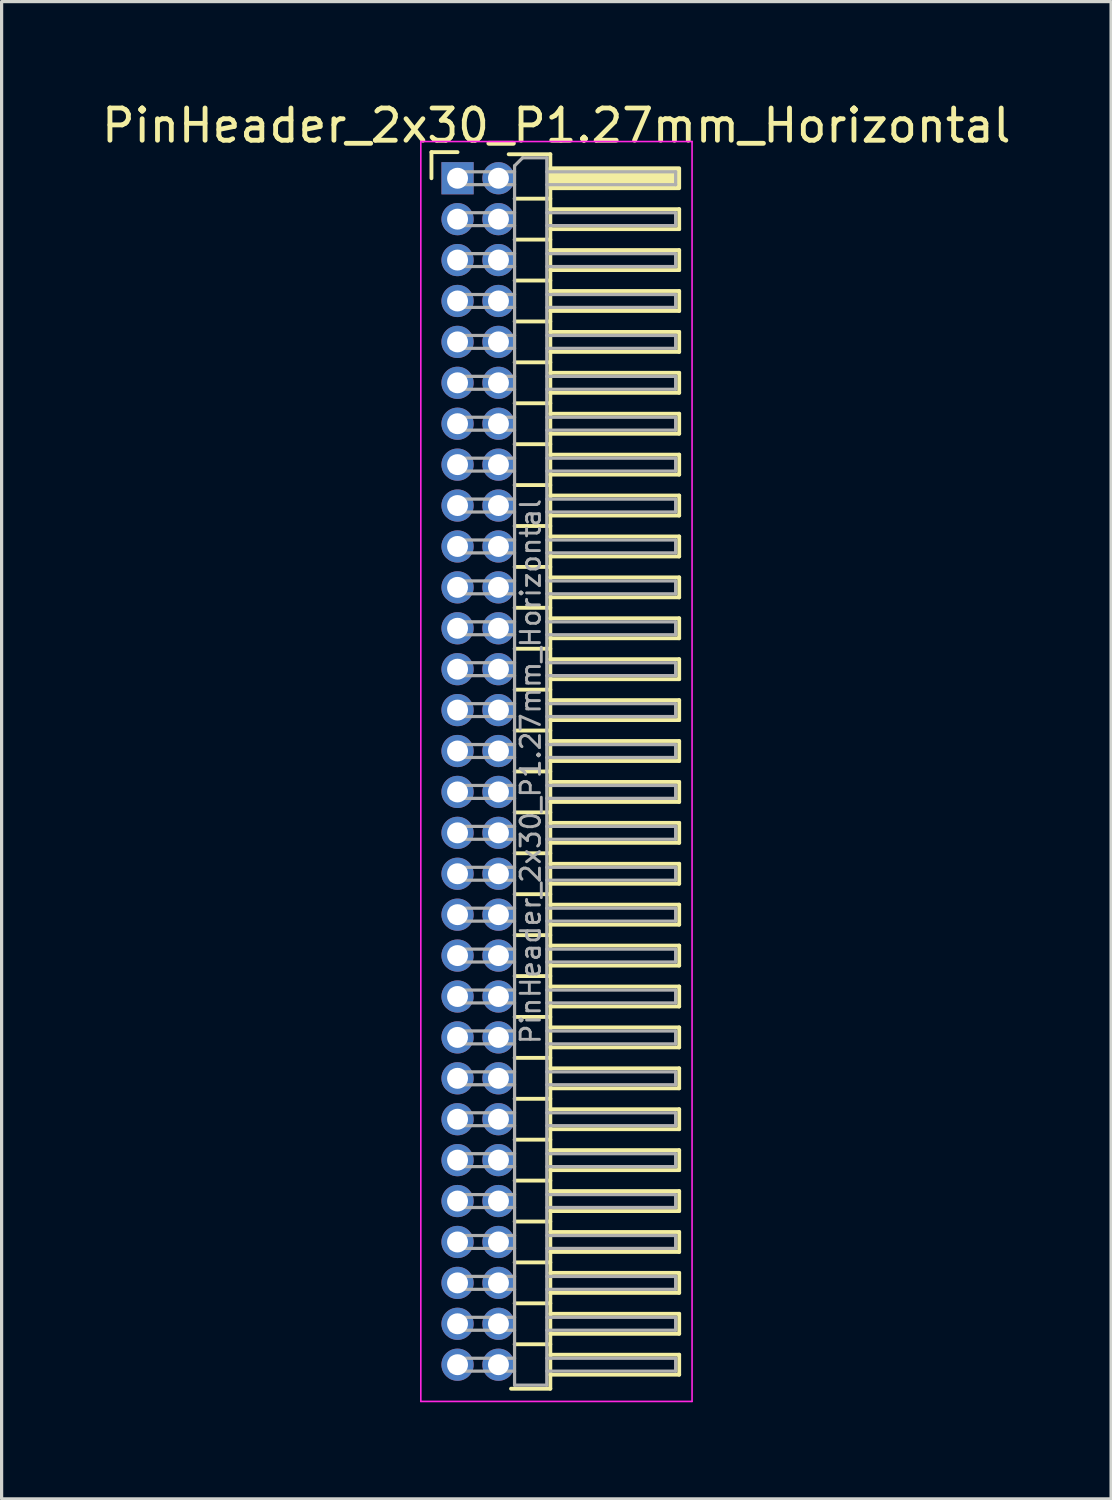
<source format=kicad_pcb>
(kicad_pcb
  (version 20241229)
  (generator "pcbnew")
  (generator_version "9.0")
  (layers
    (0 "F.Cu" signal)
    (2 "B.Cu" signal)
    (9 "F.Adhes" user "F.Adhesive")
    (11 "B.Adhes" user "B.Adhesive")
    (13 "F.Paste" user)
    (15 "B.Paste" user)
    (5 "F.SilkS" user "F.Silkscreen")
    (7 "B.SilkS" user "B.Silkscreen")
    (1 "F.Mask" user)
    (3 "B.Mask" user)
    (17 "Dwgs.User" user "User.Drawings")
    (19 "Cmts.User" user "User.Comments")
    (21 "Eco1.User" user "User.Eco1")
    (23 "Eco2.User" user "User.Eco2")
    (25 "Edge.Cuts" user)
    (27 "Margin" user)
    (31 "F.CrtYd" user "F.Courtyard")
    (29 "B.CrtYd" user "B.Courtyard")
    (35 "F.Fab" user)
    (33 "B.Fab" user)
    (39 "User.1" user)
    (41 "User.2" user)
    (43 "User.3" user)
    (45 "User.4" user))
  (footprint "PinHeader_2x30_P1.27mm_Horizontal"
    (layer "F.Cu")
    (at 11.153 2.483)
    (property "Reference" "PinHeader_2x30_P1.27mm_Horizontal" (at 3.067 -1.635 0) (layer "F.SilkS") (effects (font (size 1 1) (thickness 0.15))))
    (attr through_hole)
    (fp_line (start -0.81 -0.81) (end 0 -0.81) (stroke (width 0.12) (type solid)) (layer "F.SilkS"))
    (fp_line (start -0.81 0) (end -0.81 -0.81) (stroke (width 0.12) (type solid)) (layer "F.SilkS"))
    (fp_line (start 1.588 -0.745) (end 2.88 -0.745) (stroke (width 0.12) (type solid)) (layer "F.SilkS"))
    (fp_line (start 1.773 0.635) (end 2.88 0.635) (stroke (width 0.12) (type solid)) (layer "F.SilkS"))
    (fp_line (start 1.773 1.905) (end 2.88 1.905) (stroke (width 0.12) (type solid)) (layer "F.SilkS"))
    (fp_line (start 1.773 3.175) (end 2.88 3.175) (stroke (width 0.12) (type solid)) (layer "F.SilkS"))
    (fp_line (start 1.773 4.445) (end 2.88 4.445) (stroke (width 0.12) (type solid)) (layer "F.SilkS"))
    (fp_line (start 1.773 5.715) (end 2.88 5.715) (stroke (width 0.12) (type solid)) (layer "F.SilkS"))
    (fp_line (start 1.773 6.985) (end 2.88 6.985) (stroke (width 0.12) (type solid)) (layer "F.SilkS"))
    (fp_line (start 1.773 8.255) (end 2.88 8.255) (stroke (width 0.12) (type solid)) (layer "F.SilkS"))
    (fp_line (start 1.773 9.525) (end 2.88 9.525) (stroke (width 0.12) (type solid)) (layer "F.SilkS"))
    (fp_line (start 1.773 10.795) (end 2.88 10.795) (stroke (width 0.12) (type solid)) (layer "F.SilkS"))
    (fp_line (start 1.773 12.065) (end 2.88 12.065) (stroke (width 0.12) (type solid)) (layer "F.SilkS"))
    (fp_line (start 1.773 13.335) (end 2.88 13.335) (stroke (width 0.12) (type solid)) (layer "F.SilkS"))
    (fp_line (start 1.773 14.605) (end 2.88 14.605) (stroke (width 0.12) (type solid)) (layer "F.SilkS"))
    (fp_line (start 1.773 15.875) (end 2.88 15.875) (stroke (width 0.12) (type solid)) (layer "F.SilkS"))
    (fp_line (start 1.773 17.145) (end 2.88 17.145) (stroke (width 0.12) (type solid)) (layer "F.SilkS"))
    (fp_line (start 1.773 18.415) (end 2.88 18.415) (stroke (width 0.12) (type solid)) (layer "F.SilkS"))
    (fp_line (start 1.773 19.685) (end 2.88 19.685) (stroke (width 0.12) (type solid)) (layer "F.SilkS"))
    (fp_line (start 1.773 20.955) (end 2.88 20.955) (stroke (width 0.12) (type solid)) (layer "F.SilkS"))
    (fp_line (start 1.773 22.225) (end 2.88 22.225) (stroke (width 0.12) (type solid)) (layer "F.SilkS"))
    (fp_line (start 1.773 23.495) (end 2.88 23.495) (stroke (width 0.12) (type solid)) (layer "F.SilkS"))
    (fp_line (start 1.773 24.765) (end 2.88 24.765) (stroke (width 0.12) (type solid)) (layer "F.SilkS"))
    (fp_line (start 1.773 26.035) (end 2.88 26.035) (stroke (width 0.12) (type solid)) (layer "F.SilkS"))
    (fp_line (start 1.773 27.305) (end 2.88 27.305) (stroke (width 0.12) (type solid)) (layer "F.SilkS"))
    (fp_line (start 1.773 28.575) (end 2.88 28.575) (stroke (width 0.12) (type solid)) (layer "F.SilkS"))
    (fp_line (start 1.773 29.845) (end 2.88 29.845) (stroke (width 0.12) (type solid)) (layer "F.SilkS"))
    (fp_line (start 1.773 31.115) (end 2.88 31.115) (stroke (width 0.12) (type solid)) (layer "F.SilkS"))
    (fp_line (start 1.773 32.385) (end 2.88 32.385) (stroke (width 0.12) (type solid)) (layer "F.SilkS"))
    (fp_line (start 1.773 33.655) (end 2.88 33.655) (stroke (width 0.12) (type solid)) (layer "F.SilkS"))
    (fp_line (start 1.773 34.925) (end 2.88 34.925) (stroke (width 0.12) (type solid)) (layer "F.SilkS"))
    (fp_line (start 1.773 36.195) (end 2.88 36.195) (stroke (width 0.12) (type solid)) (layer "F.SilkS"))
    (fp_line (start 2.88 -0.745) (end 2.88 37.575) (stroke (width 0.12) (type solid)) (layer "F.SilkS"))
    (fp_line (start 2.88 0.96) (end 6.88 0.96) (stroke (width 0.12) (type solid)) (layer "F.SilkS"))
    (fp_line (start 2.88 2.23) (end 6.88 2.23) (stroke (width 0.12) (type solid)) (layer "F.SilkS"))
    (fp_line (start 2.88 3.5) (end 6.88 3.5) (stroke (width 0.12) (type solid)) (layer "F.SilkS"))
    (fp_line (start 2.88 4.77) (end 6.88 4.77) (stroke (width 0.12) (type solid)) (layer "F.SilkS"))
    (fp_line (start 2.88 6.04) (end 6.88 6.04) (stroke (width 0.12) (type solid)) (layer "F.SilkS"))
    (fp_line (start 2.88 7.31) (end 6.88 7.31) (stroke (width 0.12) (type solid)) (layer "F.SilkS"))
    (fp_line (start 2.88 8.58) (end 6.88 8.58) (stroke (width 0.12) (type solid)) (layer "F.SilkS"))
    (fp_line (start 2.88 9.85) (end 6.88 9.85) (stroke (width 0.12) (type solid)) (layer "F.SilkS"))
    (fp_line (start 2.88 11.12) (end 6.88 11.12) (stroke (width 0.12) (type solid)) (layer "F.SilkS"))
    (fp_line (start 2.88 12.39) (end 6.88 12.39) (stroke (width 0.12) (type solid)) (layer "F.SilkS"))
    (fp_line (start 2.88 13.66) (end 6.88 13.66) (stroke (width 0.12) (type solid)) (layer "F.SilkS"))
    (fp_line (start 2.88 14.93) (end 6.88 14.93) (stroke (width 0.12) (type solid)) (layer "F.SilkS"))
    (fp_line (start 2.88 16.2) (end 6.88 16.2) (stroke (width 0.12) (type solid)) (layer "F.SilkS"))
    (fp_line (start 2.88 17.47) (end 6.88 17.47) (stroke (width 0.12) (type solid)) (layer "F.SilkS"))
    (fp_line (start 2.88 18.74) (end 6.88 18.74) (stroke (width 0.12) (type solid)) (layer "F.SilkS"))
    (fp_line (start 2.88 20.01) (end 6.88 20.01) (stroke (width 0.12) (type solid)) (layer "F.SilkS"))
    (fp_line (start 2.88 21.28) (end 6.88 21.28) (stroke (width 0.12) (type solid)) (layer "F.SilkS"))
    (fp_line (start 2.88 22.55) (end 6.88 22.55) (stroke (width 0.12) (type solid)) (layer "F.SilkS"))
    (fp_line (start 2.88 23.82) (end 6.88 23.82) (stroke (width 0.12) (type solid)) (layer "F.SilkS"))
    (fp_line (start 2.88 25.09) (end 6.88 25.09) (stroke (width 0.12) (type solid)) (layer "F.SilkS"))
    (fp_line (start 2.88 26.36) (end 6.88 26.36) (stroke (width 0.12) (type solid)) (layer "F.SilkS"))
    (fp_line (start 2.88 27.63) (end 6.88 27.63) (stroke (width 0.12) (type solid)) (layer "F.SilkS"))
    (fp_line (start 2.88 28.9) (end 6.88 28.9) (stroke (width 0.12) (type solid)) (layer "F.SilkS"))
    (fp_line (start 2.88 30.17) (end 6.88 30.17) (stroke (width 0.12) (type solid)) (layer "F.SilkS"))
    (fp_line (start 2.88 31.44) (end 6.88 31.44) (stroke (width 0.12) (type solid)) (layer "F.SilkS"))
    (fp_line (start 2.88 32.71) (end 6.88 32.71) (stroke (width 0.12) (type solid)) (layer "F.SilkS"))
    (fp_line (start 2.88 33.98) (end 6.88 33.98) (stroke (width 0.12) (type solid)) (layer "F.SilkS"))
    (fp_line (start 2.88 35.25) (end 6.88 35.25) (stroke (width 0.12) (type solid)) (layer "F.SilkS"))
    (fp_line (start 2.88 36.52) (end 6.88 36.52) (stroke (width 0.12) (type solid)) (layer "F.SilkS"))
    (fp_line (start 2.88 37.575) (end 1.66 37.575) (stroke (width 0.12) (type solid)) (layer "F.SilkS"))
    (fp_line (start 6.88 0.96) (end 6.88 1.58) (stroke (width 0.12) (type solid)) (layer "F.SilkS"))
    (fp_line (start 6.88 1.58) (end 2.88 1.58) (stroke (width 0.12) (type solid)) (layer "F.SilkS"))
    (fp_line (start 6.88 2.23) (end 6.88 2.85) (stroke (width 0.12) (type solid)) (layer "F.SilkS"))
    (fp_line (start 6.88 2.85) (end 2.88 2.85) (stroke (width 0.12) (type solid)) (layer "F.SilkS"))
    (fp_line (start 6.88 3.5) (end 6.88 4.12) (stroke (width 0.12) (type solid)) (layer "F.SilkS"))
    (fp_line (start 6.88 4.12) (end 2.88 4.12) (stroke (width 0.12) (type solid)) (layer "F.SilkS"))
    (fp_line (start 6.88 4.77) (end 6.88 5.39) (stroke (width 0.12) (type solid)) (layer "F.SilkS"))
    (fp_line (start 6.88 5.39) (end 2.88 5.39) (stroke (width 0.12) (type solid)) (layer "F.SilkS"))
    (fp_line (start 6.88 6.04) (end 6.88 6.66) (stroke (width 0.12) (type solid)) (layer "F.SilkS"))
    (fp_line (start 6.88 6.66) (end 2.88 6.66) (stroke (width 0.12) (type solid)) (layer "F.SilkS"))
    (fp_line (start 6.88 7.31) (end 6.88 7.93) (stroke (width 0.12) (type solid)) (layer "F.SilkS"))
    (fp_line (start 6.88 7.93) (end 2.88 7.93) (stroke (width 0.12) (type solid)) (layer "F.SilkS"))
    (fp_line (start 6.88 8.58) (end 6.88 9.2) (stroke (width 0.12) (type solid)) (layer "F.SilkS"))
    (fp_line (start 6.88 9.2) (end 2.88 9.2) (stroke (width 0.12) (type solid)) (layer "F.SilkS"))
    (fp_line (start 6.88 9.85) (end 6.88 10.47) (stroke (width 0.12) (type solid)) (layer "F.SilkS"))
    (fp_line (start 6.88 10.47) (end 2.88 10.47) (stroke (width 0.12) (type solid)) (layer "F.SilkS"))
    (fp_line (start 6.88 11.12) (end 6.88 11.74) (stroke (width 0.12) (type solid)) (layer "F.SilkS"))
    (fp_line (start 6.88 11.74) (end 2.88 11.74) (stroke (width 0.12) (type solid)) (layer "F.SilkS"))
    (fp_line (start 6.88 12.39) (end 6.88 13.01) (stroke (width 0.12) (type solid)) (layer "F.SilkS"))
    (fp_line (start 6.88 13.01) (end 2.88 13.01) (stroke (width 0.12) (type solid)) (layer "F.SilkS"))
    (fp_line (start 6.88 13.66) (end 6.88 14.28) (stroke (width 0.12) (type solid)) (layer "F.SilkS"))
    (fp_line (start 6.88 14.28) (end 2.88 14.28) (stroke (width 0.12) (type solid)) (layer "F.SilkS"))
    (fp_line (start 6.88 14.93) (end 6.88 15.55) (stroke (width 0.12) (type solid)) (layer "F.SilkS"))
    (fp_line (start 6.88 15.55) (end 2.88 15.55) (stroke (width 0.12) (type solid)) (layer "F.SilkS"))
    (fp_line (start 6.88 16.2) (end 6.88 16.82) (stroke (width 0.12) (type solid)) (layer "F.SilkS"))
    (fp_line (start 6.88 16.82) (end 2.88 16.82) (stroke (width 0.12) (type solid)) (layer "F.SilkS"))
    (fp_line (start 6.88 17.47) (end 6.88 18.09) (stroke (width 0.12) (type solid)) (layer "F.SilkS"))
    (fp_line (start 6.88 18.09) (end 2.88 18.09) (stroke (width 0.12) (type solid)) (layer "F.SilkS"))
    (fp_line (start 6.88 18.74) (end 6.88 19.36) (stroke (width 0.12) (type solid)) (layer "F.SilkS"))
    (fp_line (start 6.88 19.36) (end 2.88 19.36) (stroke (width 0.12) (type solid)) (layer "F.SilkS"))
    (fp_line (start 6.88 20.01) (end 6.88 20.63) (stroke (width 0.12) (type solid)) (layer "F.SilkS"))
    (fp_line (start 6.88 20.63) (end 2.88 20.63) (stroke (width 0.12) (type solid)) (layer "F.SilkS"))
    (fp_line (start 6.88 21.28) (end 6.88 21.9) (stroke (width 0.12) (type solid)) (layer "F.SilkS"))
    (fp_line (start 6.88 21.9) (end 2.88 21.9) (stroke (width 0.12) (type solid)) (layer "F.SilkS"))
    (fp_line (start 6.88 22.55) (end 6.88 23.17) (stroke (width 0.12) (type solid)) (layer "F.SilkS"))
    (fp_line (start 6.88 23.17) (end 2.88 23.17) (stroke (width 0.12) (type solid)) (layer "F.SilkS"))
    (fp_line (start 6.88 23.82) (end 6.88 24.44) (stroke (width 0.12) (type solid)) (layer "F.SilkS"))
    (fp_line (start 6.88 24.44) (end 2.88 24.44) (stroke (width 0.12) (type solid)) (layer "F.SilkS"))
    (fp_line (start 6.88 25.09) (end 6.88 25.71) (stroke (width 0.12) (type solid)) (layer "F.SilkS"))
    (fp_line (start 6.88 25.71) (end 2.88 25.71) (stroke (width 0.12) (type solid)) (layer "F.SilkS"))
    (fp_line (start 6.88 26.36) (end 6.88 26.98) (stroke (width 0.12) (type solid)) (layer "F.SilkS"))
    (fp_line (start 6.88 26.98) (end 2.88 26.98) (stroke (width 0.12) (type solid)) (layer "F.SilkS"))
    (fp_line (start 6.88 27.63) (end 6.88 28.25) (stroke (width 0.12) (type solid)) (layer "F.SilkS"))
    (fp_line (start 6.88 28.25) (end 2.88 28.25) (stroke (width 0.12) (type solid)) (layer "F.SilkS"))
    (fp_line (start 6.88 28.9) (end 6.88 29.52) (stroke (width 0.12) (type solid)) (layer "F.SilkS"))
    (fp_line (start 6.88 29.52) (end 2.88 29.52) (stroke (width 0.12) (type solid)) (layer "F.SilkS"))
    (fp_line (start 6.88 30.17) (end 6.88 30.79) (stroke (width 0.12) (type solid)) (layer "F.SilkS"))
    (fp_line (start 6.88 30.79) (end 2.88 30.79) (stroke (width 0.12) (type solid)) (layer "F.SilkS"))
    (fp_line (start 6.88 31.44) (end 6.88 32.06) (stroke (width 0.12) (type solid)) (layer "F.SilkS"))
    (fp_line (start 6.88 32.06) (end 2.88 32.06) (stroke (width 0.12) (type solid)) (layer "F.SilkS"))
    (fp_line (start 6.88 32.71) (end 6.88 33.33) (stroke (width 0.12) (type solid)) (layer "F.SilkS"))
    (fp_line (start 6.88 33.33) (end 2.88 33.33) (stroke (width 0.12) (type solid)) (layer "F.SilkS"))
    (fp_line (start 6.88 33.98) (end 6.88 34.6) (stroke (width 0.12) (type solid)) (layer "F.SilkS"))
    (fp_line (start 6.88 34.6) (end 2.88 34.6) (stroke (width 0.12) (type solid)) (layer "F.SilkS"))
    (fp_line (start 6.88 35.25) (end 6.88 35.87) (stroke (width 0.12) (type solid)) (layer "F.SilkS"))
    (fp_line (start 6.88 35.87) (end 2.88 35.87) (stroke (width 0.12) (type solid)) (layer "F.SilkS"))
    (fp_line (start 6.88 36.52) (end 6.88 37.14) (stroke (width 0.12) (type solid)) (layer "F.SilkS"))
    (fp_line (start 6.88 37.14) (end 2.88 37.14) (stroke (width 0.12) (type solid)) (layer "F.SilkS"))
    (fp_rect (start 2.88 -0.31) (end 6.88 0.31) (stroke (width 0.12) (type solid)) (fill yes) (layer "F.SilkS"))
    (fp_line (start -1.14 -1.14) (end -1.14 37.97) (stroke (width 0.05) (type solid)) (layer "F.CrtYd"))
    (fp_line (start -1.14 37.97) (end 7.28 37.97) (stroke (width 0.05) (type solid)) (layer "F.CrtYd"))
    (fp_line (start 7.28 -1.14) (end -1.14 -1.14) (stroke (width 0.05) (type solid)) (layer "F.CrtYd"))
    (fp_line (start 7.28 37.97) (end 7.28 -1.14) (stroke (width 0.05) (type solid)) (layer "F.CrtYd"))
    (fp_line (start -0.2 -0.2) (end -0.2 0.2) (stroke (width 0.1) (type solid)) (layer "F.Fab"))
    (fp_line (start -0.2 -0.2) (end 1.77 -0.2) (stroke (width 0.1) (type solid)) (layer "F.Fab"))
    (fp_line (start -0.2 0.2) (end 1.77 0.2) (stroke (width 0.1) (type solid)) (layer "F.Fab"))
    (fp_line (start -0.2 1.07) (end -0.2 1.47) (stroke (width 0.1) (type solid)) (layer "F.Fab"))
    (fp_line (start -0.2 1.07) (end 1.77 1.07) (stroke (width 0.1) (type solid)) (layer "F.Fab"))
    (fp_line (start -0.2 1.47) (end 1.77 1.47) (stroke (width 0.1) (type solid)) (layer "F.Fab"))
    (fp_line (start -0.2 2.34) (end -0.2 2.74) (stroke (width 0.1) (type solid)) (layer "F.Fab"))
    (fp_line (start -0.2 2.34) (end 1.77 2.34) (stroke (width 0.1) (type solid)) (layer "F.Fab"))
    (fp_line (start -0.2 2.74) (end 1.77 2.74) (stroke (width 0.1) (type solid)) (layer "F.Fab"))
    (fp_line (start -0.2 3.61) (end -0.2 4.01) (stroke (width 0.1) (type solid)) (layer "F.Fab"))
    (fp_line (start -0.2 3.61) (end 1.77 3.61) (stroke (width 0.1) (type solid)) (layer "F.Fab"))
    (fp_line (start -0.2 4.01) (end 1.77 4.01) (stroke (width 0.1) (type solid)) (layer "F.Fab"))
    (fp_line (start -0.2 4.88) (end -0.2 5.28) (stroke (width 0.1) (type solid)) (layer "F.Fab"))
    (fp_line (start -0.2 4.88) (end 1.77 4.88) (stroke (width 0.1) (type solid)) (layer "F.Fab"))
    (fp_line (start -0.2 5.28) (end 1.77 5.28) (stroke (width 0.1) (type solid)) (layer "F.Fab"))
    (fp_line (start -0.2 6.15) (end -0.2 6.55) (stroke (width 0.1) (type solid)) (layer "F.Fab"))
    (fp_line (start -0.2 6.15) (end 1.77 6.15) (stroke (width 0.1) (type solid)) (layer "F.Fab"))
    (fp_line (start -0.2 6.55) (end 1.77 6.55) (stroke (width 0.1) (type solid)) (layer "F.Fab"))
    (fp_line (start -0.2 7.42) (end -0.2 7.82) (stroke (width 0.1) (type solid)) (layer "F.Fab"))
    (fp_line (start -0.2 7.42) (end 1.77 7.42) (stroke (width 0.1) (type solid)) (layer "F.Fab"))
    (fp_line (start -0.2 7.82) (end 1.77 7.82) (stroke (width 0.1) (type solid)) (layer "F.Fab"))
    (fp_line (start -0.2 8.69) (end -0.2 9.09) (stroke (width 0.1) (type solid)) (layer "F.Fab"))
    (fp_line (start -0.2 8.69) (end 1.77 8.69) (stroke (width 0.1) (type solid)) (layer "F.Fab"))
    (fp_line (start -0.2 9.09) (end 1.77 9.09) (stroke (width 0.1) (type solid)) (layer "F.Fab"))
    (fp_line (start -0.2 9.96) (end -0.2 10.36) (stroke (width 0.1) (type solid)) (layer "F.Fab"))
    (fp_line (start -0.2 9.96) (end 1.77 9.96) (stroke (width 0.1) (type solid)) (layer "F.Fab"))
    (fp_line (start -0.2 10.36) (end 1.77 10.36) (stroke (width 0.1) (type solid)) (layer "F.Fab"))
    (fp_line (start -0.2 11.23) (end -0.2 11.63) (stroke (width 0.1) (type solid)) (layer "F.Fab"))
    (fp_line (start -0.2 11.23) (end 1.77 11.23) (stroke (width 0.1) (type solid)) (layer "F.Fab"))
    (fp_line (start -0.2 11.63) (end 1.77 11.63) (stroke (width 0.1) (type solid)) (layer "F.Fab"))
    (fp_line (start -0.2 12.5) (end -0.2 12.9) (stroke (width 0.1) (type solid)) (layer "F.Fab"))
    (fp_line (start -0.2 12.5) (end 1.77 12.5) (stroke (width 0.1) (type solid)) (layer "F.Fab"))
    (fp_line (start -0.2 12.9) (end 1.77 12.9) (stroke (width 0.1) (type solid)) (layer "F.Fab"))
    (fp_line (start -0.2 13.77) (end -0.2 14.17) (stroke (width 0.1) (type solid)) (layer "F.Fab"))
    (fp_line (start -0.2 13.77) (end 1.77 13.77) (stroke (width 0.1) (type solid)) (layer "F.Fab"))
    (fp_line (start -0.2 14.17) (end 1.77 14.17) (stroke (width 0.1) (type solid)) (layer "F.Fab"))
    (fp_line (start -0.2 15.04) (end -0.2 15.44) (stroke (width 0.1) (type solid)) (layer "F.Fab"))
    (fp_line (start -0.2 15.04) (end 1.77 15.04) (stroke (width 0.1) (type solid)) (layer "F.Fab"))
    (fp_line (start -0.2 15.44) (end 1.77 15.44) (stroke (width 0.1) (type solid)) (layer "F.Fab"))
    (fp_line (start -0.2 16.31) (end -0.2 16.71) (stroke (width 0.1) (type solid)) (layer "F.Fab"))
    (fp_line (start -0.2 16.31) (end 1.77 16.31) (stroke (width 0.1) (type solid)) (layer "F.Fab"))
    (fp_line (start -0.2 16.71) (end 1.77 16.71) (stroke (width 0.1) (type solid)) (layer "F.Fab"))
    (fp_line (start -0.2 17.58) (end -0.2 17.98) (stroke (width 0.1) (type solid)) (layer "F.Fab"))
    (fp_line (start -0.2 17.58) (end 1.77 17.58) (stroke (width 0.1) (type solid)) (layer "F.Fab"))
    (fp_line (start -0.2 17.98) (end 1.77 17.98) (stroke (width 0.1) (type solid)) (layer "F.Fab"))
    (fp_line (start -0.2 18.85) (end -0.2 19.25) (stroke (width 0.1) (type solid)) (layer "F.Fab"))
    (fp_line (start -0.2 18.85) (end 1.77 18.85) (stroke (width 0.1) (type solid)) (layer "F.Fab"))
    (fp_line (start -0.2 19.25) (end 1.77 19.25) (stroke (width 0.1) (type solid)) (layer "F.Fab"))
    (fp_line (start -0.2 20.12) (end -0.2 20.52) (stroke (width 0.1) (type solid)) (layer "F.Fab"))
    (fp_line (start -0.2 20.12) (end 1.77 20.12) (stroke (width 0.1) (type solid)) (layer "F.Fab"))
    (fp_line (start -0.2 20.52) (end 1.77 20.52) (stroke (width 0.1) (type solid)) (layer "F.Fab"))
    (fp_line (start -0.2 21.39) (end -0.2 21.79) (stroke (width 0.1) (type solid)) (layer "F.Fab"))
    (fp_line (start -0.2 21.39) (end 1.77 21.39) (stroke (width 0.1) (type solid)) (layer "F.Fab"))
    (fp_line (start -0.2 21.79) (end 1.77 21.79) (stroke (width 0.1) (type solid)) (layer "F.Fab"))
    (fp_line (start -0.2 22.66) (end -0.2 23.06) (stroke (width 0.1) (type solid)) (layer "F.Fab"))
    (fp_line (start -0.2 22.66) (end 1.77 22.66) (stroke (width 0.1) (type solid)) (layer "F.Fab"))
    (fp_line (start -0.2 23.06) (end 1.77 23.06) (stroke (width 0.1) (type solid)) (layer "F.Fab"))
    (fp_line (start -0.2 23.93) (end -0.2 24.33) (stroke (width 0.1) (type solid)) (layer "F.Fab"))
    (fp_line (start -0.2 23.93) (end 1.77 23.93) (stroke (width 0.1) (type solid)) (layer "F.Fab"))
    (fp_line (start -0.2 24.33) (end 1.77 24.33) (stroke (width 0.1) (type solid)) (layer "F.Fab"))
    (fp_line (start -0.2 25.2) (end -0.2 25.6) (stroke (width 0.1) (type solid)) (layer "F.Fab"))
    (fp_line (start -0.2 25.2) (end 1.77 25.2) (stroke (width 0.1) (type solid)) (layer "F.Fab"))
    (fp_line (start -0.2 25.6) (end 1.77 25.6) (stroke (width 0.1) (type solid)) (layer "F.Fab"))
    (fp_line (start -0.2 26.47) (end -0.2 26.87) (stroke (width 0.1) (type solid)) (layer "F.Fab"))
    (fp_line (start -0.2 26.47) (end 1.77 26.47) (stroke (width 0.1) (type solid)) (layer "F.Fab"))
    (fp_line (start -0.2 26.87) (end 1.77 26.87) (stroke (width 0.1) (type solid)) (layer "F.Fab"))
    (fp_line (start -0.2 27.74) (end -0.2 28.14) (stroke (width 0.1) (type solid)) (layer "F.Fab"))
    (fp_line (start -0.2 27.74) (end 1.77 27.74) (stroke (width 0.1) (type solid)) (layer "F.Fab"))
    (fp_line (start -0.2 28.14) (end 1.77 28.14) (stroke (width 0.1) (type solid)) (layer "F.Fab"))
    (fp_line (start -0.2 29.01) (end -0.2 29.41) (stroke (width 0.1) (type solid)) (layer "F.Fab"))
    (fp_line (start -0.2 29.01) (end 1.77 29.01) (stroke (width 0.1) (type solid)) (layer "F.Fab"))
    (fp_line (start -0.2 29.41) (end 1.77 29.41) (stroke (width 0.1) (type solid)) (layer "F.Fab"))
    (fp_line (start -0.2 30.28) (end -0.2 30.68) (stroke (width 0.1) (type solid)) (layer "F.Fab"))
    (fp_line (start -0.2 30.28) (end 1.77 30.28) (stroke (width 0.1) (type solid)) (layer "F.Fab"))
    (fp_line (start -0.2 30.68) (end 1.77 30.68) (stroke (width 0.1) (type solid)) (layer "F.Fab"))
    (fp_line (start -0.2 31.55) (end -0.2 31.95) (stroke (width 0.1) (type solid)) (layer "F.Fab"))
    (fp_line (start -0.2 31.55) (end 1.77 31.55) (stroke (width 0.1) (type solid)) (layer "F.Fab"))
    (fp_line (start -0.2 31.95) (end 1.77 31.95) (stroke (width 0.1) (type solid)) (layer "F.Fab"))
    (fp_line (start -0.2 32.82) (end -0.2 33.22) (stroke (width 0.1) (type solid)) (layer "F.Fab"))
    (fp_line (start -0.2 32.82) (end 1.77 32.82) (stroke (width 0.1) (type solid)) (layer "F.Fab"))
    (fp_line (start -0.2 33.22) (end 1.77 33.22) (stroke (width 0.1) (type solid)) (layer "F.Fab"))
    (fp_line (start -0.2 34.09) (end -0.2 34.49) (stroke (width 0.1) (type solid)) (layer "F.Fab"))
    (fp_line (start -0.2 34.09) (end 1.77 34.09) (stroke (width 0.1) (type solid)) (layer "F.Fab"))
    (fp_line (start -0.2 34.49) (end 1.77 34.49) (stroke (width 0.1) (type solid)) (layer "F.Fab"))
    (fp_line (start -0.2 35.36) (end -0.2 35.76) (stroke (width 0.1) (type solid)) (layer "F.Fab"))
    (fp_line (start -0.2 35.36) (end 1.77 35.36) (stroke (width 0.1) (type solid)) (layer "F.Fab"))
    (fp_line (start -0.2 35.76) (end 1.77 35.76) (stroke (width 0.1) (type solid)) (layer "F.Fab"))
    (fp_line (start -0.2 36.63) (end -0.2 37.03) (stroke (width 0.1) (type solid)) (layer "F.Fab"))
    (fp_line (start -0.2 36.63) (end 1.77 36.63) (stroke (width 0.1) (type solid)) (layer "F.Fab"))
    (fp_line (start -0.2 37.03) (end 1.77 37.03) (stroke (width 0.1) (type solid)) (layer "F.Fab"))
    (fp_line (start 1.77 -0.385) (end 2.02 -0.635) (stroke (width 0.1) (type solid)) (layer "F.Fab"))
    (fp_line (start 1.77 37.465) (end 1.77 -0.385) (stroke (width 0.1) (type solid)) (layer "F.Fab"))
    (fp_line (start 2.02 -0.635) (end 2.77 -0.635) (stroke (width 0.1) (type solid)) (layer "F.Fab"))
    (fp_line (start 2.77 -0.635) (end 2.77 37.465) (stroke (width 0.1) (type solid)) (layer "F.Fab"))
    (fp_line (start 2.77 -0.2) (end 6.77 -0.2) (stroke (width 0.1) (type solid)) (layer "F.Fab"))
    (fp_line (start 2.77 0.2) (end 6.77 0.2) (stroke (width 0.1) (type solid)) (layer "F.Fab"))
    (fp_line (start 2.77 1.07) (end 6.77 1.07) (stroke (width 0.1) (type solid)) (layer "F.Fab"))
    (fp_line (start 2.77 1.47) (end 6.77 1.47) (stroke (width 0.1) (type solid)) (layer "F.Fab"))
    (fp_line (start 2.77 2.34) (end 6.77 2.34) (stroke (width 0.1) (type solid)) (layer "F.Fab"))
    (fp_line (start 2.77 2.74) (end 6.77 2.74) (stroke (width 0.1) (type solid)) (layer "F.Fab"))
    (fp_line (start 2.77 3.61) (end 6.77 3.61) (stroke (width 0.1) (type solid)) (layer "F.Fab"))
    (fp_line (start 2.77 4.01) (end 6.77 4.01) (stroke (width 0.1) (type solid)) (layer "F.Fab"))
    (fp_line (start 2.77 4.88) (end 6.77 4.88) (stroke (width 0.1) (type solid)) (layer "F.Fab"))
    (fp_line (start 2.77 5.28) (end 6.77 5.28) (stroke (width 0.1) (type solid)) (layer "F.Fab"))
    (fp_line (start 2.77 6.15) (end 6.77 6.15) (stroke (width 0.1) (type solid)) (layer "F.Fab"))
    (fp_line (start 2.77 6.55) (end 6.77 6.55) (stroke (width 0.1) (type solid)) (layer "F.Fab"))
    (fp_line (start 2.77 7.42) (end 6.77 7.42) (stroke (width 0.1) (type solid)) (layer "F.Fab"))
    (fp_line (start 2.77 7.82) (end 6.77 7.82) (stroke (width 0.1) (type solid)) (layer "F.Fab"))
    (fp_line (start 2.77 8.69) (end 6.77 8.69) (stroke (width 0.1) (type solid)) (layer "F.Fab"))
    (fp_line (start 2.77 9.09) (end 6.77 9.09) (stroke (width 0.1) (type solid)) (layer "F.Fab"))
    (fp_line (start 2.77 9.96) (end 6.77 9.96) (stroke (width 0.1) (type solid)) (layer "F.Fab"))
    (fp_line (start 2.77 10.36) (end 6.77 10.36) (stroke (width 0.1) (type solid)) (layer "F.Fab"))
    (fp_line (start 2.77 11.23) (end 6.77 11.23) (stroke (width 0.1) (type solid)) (layer "F.Fab"))
    (fp_line (start 2.77 11.63) (end 6.77 11.63) (stroke (width 0.1) (type solid)) (layer "F.Fab"))
    (fp_line (start 2.77 12.5) (end 6.77 12.5) (stroke (width 0.1) (type solid)) (layer "F.Fab"))
    (fp_line (start 2.77 12.9) (end 6.77 12.9) (stroke (width 0.1) (type solid)) (layer "F.Fab"))
    (fp_line (start 2.77 13.77) (end 6.77 13.77) (stroke (width 0.1) (type solid)) (layer "F.Fab"))
    (fp_line (start 2.77 14.17) (end 6.77 14.17) (stroke (width 0.1) (type solid)) (layer "F.Fab"))
    (fp_line (start 2.77 15.04) (end 6.77 15.04) (stroke (width 0.1) (type solid)) (layer "F.Fab"))
    (fp_line (start 2.77 15.44) (end 6.77 15.44) (stroke (width 0.1) (type solid)) (layer "F.Fab"))
    (fp_line (start 2.77 16.31) (end 6.77 16.31) (stroke (width 0.1) (type solid)) (layer "F.Fab"))
    (fp_line (start 2.77 16.71) (end 6.77 16.71) (stroke (width 0.1) (type solid)) (layer "F.Fab"))
    (fp_line (start 2.77 17.58) (end 6.77 17.58) (stroke (width 0.1) (type solid)) (layer "F.Fab"))
    (fp_line (start 2.77 17.98) (end 6.77 17.98) (stroke (width 0.1) (type solid)) (layer "F.Fab"))
    (fp_line (start 2.77 18.85) (end 6.77 18.85) (stroke (width 0.1) (type solid)) (layer "F.Fab"))
    (fp_line (start 2.77 19.25) (end 6.77 19.25) (stroke (width 0.1) (type solid)) (layer "F.Fab"))
    (fp_line (start 2.77 20.12) (end 6.77 20.12) (stroke (width 0.1) (type solid)) (layer "F.Fab"))
    (fp_line (start 2.77 20.52) (end 6.77 20.52) (stroke (width 0.1) (type solid)) (layer "F.Fab"))
    (fp_line (start 2.77 21.39) (end 6.77 21.39) (stroke (width 0.1) (type solid)) (layer "F.Fab"))
    (fp_line (start 2.77 21.79) (end 6.77 21.79) (stroke (width 0.1) (type solid)) (layer "F.Fab"))
    (fp_line (start 2.77 22.66) (end 6.77 22.66) (stroke (width 0.1) (type solid)) (layer "F.Fab"))
    (fp_line (start 2.77 23.06) (end 6.77 23.06) (stroke (width 0.1) (type solid)) (layer "F.Fab"))
    (fp_line (start 2.77 23.93) (end 6.77 23.93) (stroke (width 0.1) (type solid)) (layer "F.Fab"))
    (fp_line (start 2.77 24.33) (end 6.77 24.33) (stroke (width 0.1) (type solid)) (layer "F.Fab"))
    (fp_line (start 2.77 25.2) (end 6.77 25.2) (stroke (width 0.1) (type solid)) (layer "F.Fab"))
    (fp_line (start 2.77 25.6) (end 6.77 25.6) (stroke (width 0.1) (type solid)) (layer "F.Fab"))
    (fp_line (start 2.77 26.47) (end 6.77 26.47) (stroke (width 0.1) (type solid)) (layer "F.Fab"))
    (fp_line (start 2.77 26.87) (end 6.77 26.87) (stroke (width 0.1) (type solid)) (layer "F.Fab"))
    (fp_line (start 2.77 27.74) (end 6.77 27.74) (stroke (width 0.1) (type solid)) (layer "F.Fab"))
    (fp_line (start 2.77 28.14) (end 6.77 28.14) (stroke (width 0.1) (type solid)) (layer "F.Fab"))
    (fp_line (start 2.77 29.01) (end 6.77 29.01) (stroke (width 0.1) (type solid)) (layer "F.Fab"))
    (fp_line (start 2.77 29.41) (end 6.77 29.41) (stroke (width 0.1) (type solid)) (layer "F.Fab"))
    (fp_line (start 2.77 30.28) (end 6.77 30.28) (stroke (width 0.1) (type solid)) (layer "F.Fab"))
    (fp_line (start 2.77 30.68) (end 6.77 30.68) (stroke (width 0.1) (type solid)) (layer "F.Fab"))
    (fp_line (start 2.77 31.55) (end 6.77 31.55) (stroke (width 0.1) (type solid)) (layer "F.Fab"))
    (fp_line (start 2.77 31.95) (end 6.77 31.95) (stroke (width 0.1) (type solid)) (layer "F.Fab"))
    (fp_line (start 2.77 32.82) (end 6.77 32.82) (stroke (width 0.1) (type solid)) (layer "F.Fab"))
    (fp_line (start 2.77 33.22) (end 6.77 33.22) (stroke (width 0.1) (type solid)) (layer "F.Fab"))
    (fp_line (start 2.77 34.09) (end 6.77 34.09) (stroke (width 0.1) (type solid)) (layer "F.Fab"))
    (fp_line (start 2.77 34.49) (end 6.77 34.49) (stroke (width 0.1) (type solid)) (layer "F.Fab"))
    (fp_line (start 2.77 35.36) (end 6.77 35.36) (stroke (width 0.1) (type solid)) (layer "F.Fab"))
    (fp_line (start 2.77 35.76) (end 6.77 35.76) (stroke (width 0.1) (type solid)) (layer "F.Fab"))
    (fp_line (start 2.77 36.63) (end 6.77 36.63) (stroke (width 0.1) (type solid)) (layer "F.Fab"))
    (fp_line (start 2.77 37.03) (end 6.77 37.03) (stroke (width 0.1) (type solid)) (layer "F.Fab"))
    (fp_line (start 2.77 37.465) (end 1.77 37.465) (stroke (width 0.1) (type solid)) (layer "F.Fab"))
    (fp_line (start 6.77 -0.2) (end 6.77 0.2) (stroke (width 0.1) (type solid)) (layer "F.Fab"))
    (fp_line (start 6.77 1.07) (end 6.77 1.47) (stroke (width 0.1) (type solid)) (layer "F.Fab"))
    (fp_line (start 6.77 2.34) (end 6.77 2.74) (stroke (width 0.1) (type solid)) (layer "F.Fab"))
    (fp_line (start 6.77 3.61) (end 6.77 4.01) (stroke (width 0.1) (type solid)) (layer "F.Fab"))
    (fp_line (start 6.77 4.88) (end 6.77 5.28) (stroke (width 0.1) (type solid)) (layer "F.Fab"))
    (fp_line (start 6.77 6.15) (end 6.77 6.55) (stroke (width 0.1) (type solid)) (layer "F.Fab"))
    (fp_line (start 6.77 7.42) (end 6.77 7.82) (stroke (width 0.1) (type solid)) (layer "F.Fab"))
    (fp_line (start 6.77 8.69) (end 6.77 9.09) (stroke (width 0.1) (type solid)) (layer "F.Fab"))
    (fp_line (start 6.77 9.96) (end 6.77 10.36) (stroke (width 0.1) (type solid)) (layer "F.Fab"))
    (fp_line (start 6.77 11.23) (end 6.77 11.63) (stroke (width 0.1) (type solid)) (layer "F.Fab"))
    (fp_line (start 6.77 12.5) (end 6.77 12.9) (stroke (width 0.1) (type solid)) (layer "F.Fab"))
    (fp_line (start 6.77 13.77) (end 6.77 14.17) (stroke (width 0.1) (type solid)) (layer "F.Fab"))
    (fp_line (start 6.77 15.04) (end 6.77 15.44) (stroke (width 0.1) (type solid)) (layer "F.Fab"))
    (fp_line (start 6.77 16.31) (end 6.77 16.71) (stroke (width 0.1) (type solid)) (layer "F.Fab"))
    (fp_line (start 6.77 17.58) (end 6.77 17.98) (stroke (width 0.1) (type solid)) (layer "F.Fab"))
    (fp_line (start 6.77 18.85) (end 6.77 19.25) (stroke (width 0.1) (type solid)) (layer "F.Fab"))
    (fp_line (start 6.77 20.12) (end 6.77 20.52) (stroke (width 0.1) (type solid)) (layer "F.Fab"))
    (fp_line (start 6.77 21.39) (end 6.77 21.79) (stroke (width 0.1) (type solid)) (layer "F.Fab"))
    (fp_line (start 6.77 22.66) (end 6.77 23.06) (stroke (width 0.1) (type solid)) (layer "F.Fab"))
    (fp_line (start 6.77 23.93) (end 6.77 24.33) (stroke (width 0.1) (type solid)) (layer "F.Fab"))
    (fp_line (start 6.77 25.2) (end 6.77 25.6) (stroke (width 0.1) (type solid)) (layer "F.Fab"))
    (fp_line (start 6.77 26.47) (end 6.77 26.87) (stroke (width 0.1) (type solid)) (layer "F.Fab"))
    (fp_line (start 6.77 27.74) (end 6.77 28.14) (stroke (width 0.1) (type solid)) (layer "F.Fab"))
    (fp_line (start 6.77 29.01) (end 6.77 29.41) (stroke (width 0.1) (type solid)) (layer "F.Fab"))
    (fp_line (start 6.77 30.28) (end 6.77 30.68) (stroke (width 0.1) (type solid)) (layer "F.Fab"))
    (fp_line (start 6.77 31.55) (end 6.77 31.95) (stroke (width 0.1) (type solid)) (layer "F.Fab"))
    (fp_line (start 6.77 32.82) (end 6.77 33.22) (stroke (width 0.1) (type solid)) (layer "F.Fab"))
    (fp_line (start 6.77 34.09) (end 6.77 34.49) (stroke (width 0.1) (type solid)) (layer "F.Fab"))
    (fp_line (start 6.77 35.36) (end 6.77 35.76) (stroke (width 0.1) (type solid)) (layer "F.Fab"))
    (fp_line (start 6.77 36.63) (end 6.77 37.03) (stroke (width 0.1) (type solid)) (layer "F.Fab"))
    (fp_text user "${REFERENCE}" (at 2.27 18.415 90) (layer "F.Fab") (effects (font (size 0.6 0.6) (thickness 0.09))))
    (pad "1" thru_hole rect (at 0 0) (size 1 1) (drill 0.65) (layers "*.Cu" "*.Mask"))
    (pad "2" thru_hole circle (at 1.27 0) (size 1 1) (drill 0.65) (layers "*.Cu" "*.Mask"))
    (pad "3" thru_hole circle (at 0 1.27) (size 1 1) (drill 0.65) (layers "*.Cu" "*.Mask"))
    (pad "4" thru_hole circle (at 1.27 1.27) (size 1 1) (drill 0.65) (layers "*.Cu" "*.Mask"))
    (pad "5" thru_hole circle (at 0 2.54) (size 1 1) (drill 0.65) (layers "*.Cu" "*.Mask"))
    (pad "6" thru_hole circle (at 1.27 2.54) (size 1 1) (drill 0.65) (layers "*.Cu" "*.Mask"))
    (pad "7" thru_hole circle (at 0 3.81) (size 1 1) (drill 0.65) (layers "*.Cu" "*.Mask"))
    (pad "8" thru_hole circle (at 1.27 3.81) (size 1 1) (drill 0.65) (layers "*.Cu" "*.Mask"))
    (pad "9" thru_hole circle (at 0 5.08) (size 1 1) (drill 0.65) (layers "*.Cu" "*.Mask"))
    (pad "10" thru_hole circle (at 1.27 5.08) (size 1 1) (drill 0.65) (layers "*.Cu" "*.Mask"))
    (pad "11" thru_hole circle (at 0 6.35) (size 1 1) (drill 0.65) (layers "*.Cu" "*.Mask"))
    (pad "12" thru_hole circle (at 1.27 6.35) (size 1 1) (drill 0.65) (layers "*.Cu" "*.Mask"))
    (pad "13" thru_hole circle (at 0 7.62) (size 1 1) (drill 0.65) (layers "*.Cu" "*.Mask"))
    (pad "14" thru_hole circle (at 1.27 7.62) (size 1 1) (drill 0.65) (layers "*.Cu" "*.Mask"))
    (pad "15" thru_hole circle (at 0 8.89) (size 1 1) (drill 0.65) (layers "*.Cu" "*.Mask"))
    (pad "16" thru_hole circle (at 1.27 8.89) (size 1 1) (drill 0.65) (layers "*.Cu" "*.Mask"))
    (pad "17" thru_hole circle (at 0 10.16) (size 1 1) (drill 0.65) (layers "*.Cu" "*.Mask"))
    (pad "18" thru_hole circle (at 1.27 10.16) (size 1 1) (drill 0.65) (layers "*.Cu" "*.Mask"))
    (pad "19" thru_hole circle (at 0 11.43) (size 1 1) (drill 0.65) (layers "*.Cu" "*.Mask"))
    (pad "20" thru_hole circle (at 1.27 11.43) (size 1 1) (drill 0.65) (layers "*.Cu" "*.Mask"))
    (pad "21" thru_hole circle (at 0 12.7) (size 1 1) (drill 0.65) (layers "*.Cu" "*.Mask"))
    (pad "22" thru_hole circle (at 1.27 12.7) (size 1 1) (drill 0.65) (layers "*.Cu" "*.Mask"))
    (pad "23" thru_hole circle (at 0 13.97) (size 1 1) (drill 0.65) (layers "*.Cu" "*.Mask"))
    (pad "24" thru_hole circle (at 1.27 13.97) (size 1 1) (drill 0.65) (layers "*.Cu" "*.Mask"))
    (pad "25" thru_hole circle (at 0 15.24) (size 1 1) (drill 0.65) (layers "*.Cu" "*.Mask"))
    (pad "26" thru_hole circle (at 1.27 15.24) (size 1 1) (drill 0.65) (layers "*.Cu" "*.Mask"))
    (pad "27" thru_hole circle (at 0 16.51) (size 1 1) (drill 0.65) (layers "*.Cu" "*.Mask"))
    (pad "28" thru_hole circle (at 1.27 16.51) (size 1 1) (drill 0.65) (layers "*.Cu" "*.Mask"))
    (pad "29" thru_hole circle (at 0 17.78) (size 1 1) (drill 0.65) (layers "*.Cu" "*.Mask"))
    (pad "30" thru_hole circle (at 1.27 17.78) (size 1 1) (drill 0.65) (layers "*.Cu" "*.Mask"))
    (pad "31" thru_hole circle (at 0 19.05) (size 1 1) (drill 0.65) (layers "*.Cu" "*.Mask"))
    (pad "32" thru_hole circle (at 1.27 19.05) (size 1 1) (drill 0.65) (layers "*.Cu" "*.Mask"))
    (pad "33" thru_hole circle (at 0 20.32) (size 1 1) (drill 0.65) (layers "*.Cu" "*.Mask"))
    (pad "34" thru_hole circle (at 1.27 20.32) (size 1 1) (drill 0.65) (layers "*.Cu" "*.Mask"))
    (pad "35" thru_hole circle (at 0 21.59) (size 1 1) (drill 0.65) (layers "*.Cu" "*.Mask"))
    (pad "36" thru_hole circle (at 1.27 21.59) (size 1 1) (drill 0.65) (layers "*.Cu" "*.Mask"))
    (pad "37" thru_hole circle (at 0 22.86) (size 1 1) (drill 0.65) (layers "*.Cu" "*.Mask"))
    (pad "38" thru_hole circle (at 1.27 22.86) (size 1 1) (drill 0.65) (layers "*.Cu" "*.Mask"))
    (pad "39" thru_hole circle (at 0 24.13) (size 1 1) (drill 0.65) (layers "*.Cu" "*.Mask"))
    (pad "40" thru_hole circle (at 1.27 24.13) (size 1 1) (drill 0.65) (layers "*.Cu" "*.Mask"))
    (pad "41" thru_hole circle (at 0 25.4) (size 1 1) (drill 0.65) (layers "*.Cu" "*.Mask"))
    (pad "42" thru_hole circle (at 1.27 25.4) (size 1 1) (drill 0.65) (layers "*.Cu" "*.Mask"))
    (pad "43" thru_hole circle (at 0 26.67) (size 1 1) (drill 0.65) (layers "*.Cu" "*.Mask"))
    (pad "44" thru_hole circle (at 1.27 26.67) (size 1 1) (drill 0.65) (layers "*.Cu" "*.Mask"))
    (pad "45" thru_hole circle (at 0 27.94) (size 1 1) (drill 0.65) (layers "*.Cu" "*.Mask"))
    (pad "46" thru_hole circle (at 1.27 27.94) (size 1 1) (drill 0.65) (layers "*.Cu" "*.Mask"))
    (pad "47" thru_hole circle (at 0 29.21) (size 1 1) (drill 0.65) (layers "*.Cu" "*.Mask"))
    (pad "48" thru_hole circle (at 1.27 29.21) (size 1 1) (drill 0.65) (layers "*.Cu" "*.Mask"))
    (pad "49" thru_hole circle (at 0 30.48) (size 1 1) (drill 0.65) (layers "*.Cu" "*.Mask"))
    (pad "50" thru_hole circle (at 1.27 30.48) (size 1 1) (drill 0.65) (layers "*.Cu" "*.Mask"))
    (pad "51" thru_hole circle (at 0 31.75) (size 1 1) (drill 0.65) (layers "*.Cu" "*.Mask"))
    (pad "52" thru_hole circle (at 1.27 31.75) (size 1 1) (drill 0.65) (layers "*.Cu" "*.Mask"))
    (pad "53" thru_hole circle (at 0 33.02) (size 1 1) (drill 0.65) (layers "*.Cu" "*.Mask"))
    (pad "54" thru_hole circle (at 1.27 33.02) (size 1 1) (drill 0.65) (layers "*.Cu" "*.Mask"))
    (pad "55" thru_hole circle (at 0 34.29) (size 1 1) (drill 0.65) (layers "*.Cu" "*.Mask"))
    (pad "56" thru_hole circle (at 1.27 34.29) (size 1 1) (drill 0.65) (layers "*.Cu" "*.Mask"))
    (pad "57" thru_hole circle (at 0 35.56) (size 1 1) (drill 0.65) (layers "*.Cu" "*.Mask"))
    (pad "58" thru_hole circle (at 1.27 35.56) (size 1 1) (drill 0.65) (layers "*.Cu" "*.Mask"))
    (pad "59" thru_hole circle (at 0 36.83) (size 1 1) (drill 0.65) (layers "*.Cu" "*.Mask"))
    (pad "60" thru_hole circle (at 1.27 36.83) (size 1 1) (drill 0.65) (layers "*.Cu" "*.Mask")))
  (gr_rect
    (start -3 -3)
    (end 31.44 43.478)
    (stroke (width 0.1) (type default))
    (fill no)
    (layer "Edge.Cuts")))
</source>
